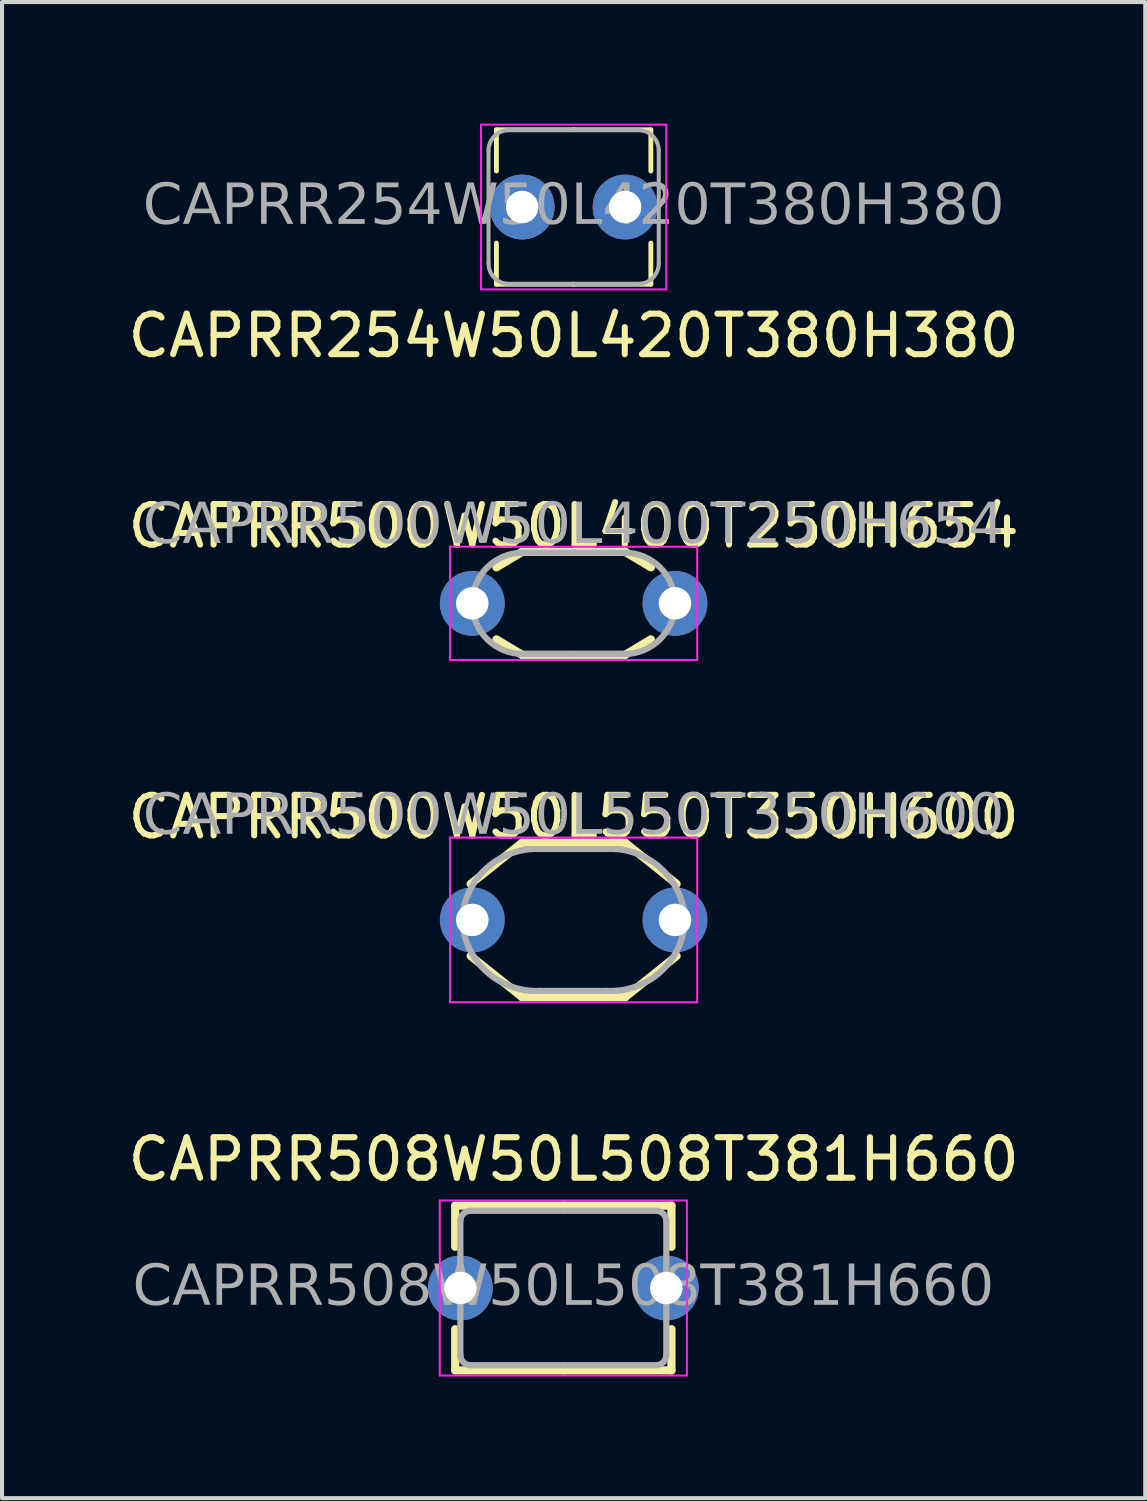
<source format=kicad_pcb>
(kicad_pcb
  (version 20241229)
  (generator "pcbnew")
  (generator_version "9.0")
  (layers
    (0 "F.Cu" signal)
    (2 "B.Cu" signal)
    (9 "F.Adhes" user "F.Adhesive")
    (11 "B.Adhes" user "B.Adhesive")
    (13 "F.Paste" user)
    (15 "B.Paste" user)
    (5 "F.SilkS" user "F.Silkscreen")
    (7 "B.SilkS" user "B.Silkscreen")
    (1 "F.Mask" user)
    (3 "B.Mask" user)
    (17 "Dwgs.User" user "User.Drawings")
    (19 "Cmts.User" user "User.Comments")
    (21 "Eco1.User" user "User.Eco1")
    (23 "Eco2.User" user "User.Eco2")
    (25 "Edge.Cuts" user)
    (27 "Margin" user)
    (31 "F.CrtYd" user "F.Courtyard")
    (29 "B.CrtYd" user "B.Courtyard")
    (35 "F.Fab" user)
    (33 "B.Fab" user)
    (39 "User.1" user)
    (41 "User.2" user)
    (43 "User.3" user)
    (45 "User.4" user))
  (footprint "CAPRR508W50L508T381H660"
    (layer "F.Cu")
    (at 10.847 28.724)
    (property "Reference" "CAPRR508W50L508T381H660" (at 0.254 -3.175 0) (layer "F.SilkS") (effects (font (size 1 1) (thickness 0.15))))
    (attr through_hole)
    (fp_line (start -2.667 -2.032) (end -2.667 -1.016) (stroke (width 0.203) (type default)) (layer "F.SilkS"))
    (fp_line (start -2.667 -2.032) (end 0 -2.032) (stroke (width 0.203) (type solid)) (layer "F.SilkS"))
    (fp_line (start -2.667 2.032) (end -2.667 1.016) (stroke (width 0.203) (type default)) (layer "F.SilkS"))
    (fp_line (start -2.667 2.032) (end 0 2.032) (stroke (width 0.203) (type solid)) (layer "F.SilkS"))
    (fp_line (start 2.667 -2.032) (end 0 -2.032) (stroke (width 0.203) (type solid)) (layer "F.SilkS"))
    (fp_line (start 2.667 -2.032) (end 2.667 -1.016) (stroke (width 0.203) (type default)) (layer "F.SilkS"))
    (fp_line (start 2.667 2.032) (end 0 2.032) (stroke (width 0.203) (type solid)) (layer "F.SilkS"))
    (fp_line (start 2.667 2.032) (end 2.667 1.016) (stroke (width 0.203) (type default)) (layer "F.SilkS"))
    (fp_line (start -3.048 -2.159) (end -3.048 2.159) (stroke (width 0.05) (type solid)) (layer "F.CrtYd"))
    (fp_line (start -3.048 2.159) (end 3.048 2.159) (stroke (width 0.05) (type solid)) (layer "F.CrtYd"))
    (fp_line (start 3.048 -2.159) (end -3.048 -2.159) (stroke (width 0.05) (type solid)) (layer "F.CrtYd"))
    (fp_line (start 3.048 2.159) (end 3.048 -2.159) (stroke (width 0.05) (type solid)) (layer "F.CrtYd"))
    (fp_line (start -2.54 -1.651) (end -2.54 0) (stroke (width 0.152) (type solid)) (layer "F.Fab"))
    (fp_line (start -2.54 1.651) (end -2.54 0) (stroke (width 0.152) (type solid)) (layer "F.Fab"))
    (fp_line (start 0 -1.905) (end -2.286 -1.905) (stroke (width 0.152) (type solid)) (layer "F.Fab"))
    (fp_line (start 0 -1.905) (end 2.286 -1.905) (stroke (width 0.152) (type solid)) (layer "F.Fab"))
    (fp_line (start 0 1.905) (end -2.286 1.905) (stroke (width 0.152) (type solid)) (layer "F.Fab"))
    (fp_line (start 0 1.905) (end 2.286 1.905) (stroke (width 0.152) (type solid)) (layer "F.Fab"))
    (fp_line (start 2.54 -1.651) (end 2.54 0) (stroke (width 0.152) (type solid)) (layer "F.Fab"))
    (fp_line (start 2.54 1.651) (end 2.54 0) (stroke (width 0.152) (type solid)) (layer "F.Fab"))
    (fp_arc (start -2.54 -1.651) (mid -2.465605 -1.830605) (end -2.286 -1.905) (stroke (width 0.1524) (type default)) (layer "F.Fab"))
    (fp_arc (start -2.286 1.905) (mid -2.465605 1.830605) (end -2.54 1.651) (stroke (width 0.1524) (type default)) (layer "F.Fab"))
    (fp_arc (start 2.286 -1.905) (mid 2.465605 -1.830605) (end 2.54 -1.651) (stroke (width 0.1524) (type default)) (layer "F.Fab"))
    (fp_arc (start 2.54 1.651) (mid 2.465605 1.830605) (end 2.286 1.905) (stroke (width 0.1524) (type default)) (layer "F.Fab"))
    (fp_text user "${REFERENCE}" (at 0 0 0) (layer "F.Fab") (effects (font (face "Tahoma") (size 1 1) (thickness 0.15))))
    (pad "1" thru_hole circle (at -2.54 0) (size 1.6 1.6) (drill 0.8) (layers "*.Cu" "*.Mask"))
    (pad "2" thru_hole circle (at 2.54 0) (size 1.6 1.6) (drill 0.8) (layers "*.Cu" "*.Mask")))
  (footprint "CAPRR254W50L420T380H380"
    (layer "F.Cu")
    (at 11.101 2.057)
    (property "Reference" "CAPRR254W50L420T380H380" (at 0 3.175 0) (layer "F.SilkS") (effects (font (size 1 1) (thickness 0.15))))
    (attr through_hole)
    (fp_line (start -1.905 -1.905) (end 0 -1.905) (stroke (width 0.12) (type solid)) (layer "F.SilkS"))
    (fp_line (start -1.905 -0.889) (end -1.905 -1.905) (stroke (width 0.12) (type solid)) (layer "F.SilkS"))
    (fp_line (start -1.905 0.889) (end -1.905 1.905) (stroke (width 0.12) (type solid)) (layer "F.SilkS"))
    (fp_line (start -1.905 1.905) (end 0 1.905) (stroke (width 0.12) (type solid)) (layer "F.SilkS"))
    (fp_line (start 1.905 -1.905) (end 0 -1.905) (stroke (width 0.12) (type solid)) (layer "F.SilkS"))
    (fp_line (start 1.905 -0.889) (end 1.905 -1.905) (stroke (width 0.12) (type solid)) (layer "F.SilkS"))
    (fp_line (start 1.905 0.889) (end 1.905 1.905) (stroke (width 0.12) (type solid)) (layer "F.SilkS"))
    (fp_line (start 1.905 1.905) (end 0 1.905) (stroke (width 0.12) (type solid)) (layer "F.SilkS"))
    (fp_line (start -2.286 -2.032) (end -2.286 2.032) (stroke (width 0.05) (type solid)) (layer "F.CrtYd"))
    (fp_line (start -2.286 2.032) (end 2.286 2.032) (stroke (width 0.05) (type solid)) (layer "F.CrtYd"))
    (fp_line (start 2.286 -2.032) (end -2.286 -2.032) (stroke (width 0.05) (type solid)) (layer "F.CrtYd"))
    (fp_line (start 2.286 2.032) (end 2.286 -2.032) (stroke (width 0.05) (type solid)) (layer "F.CrtYd"))
    (fp_line (start -2.1 -1.392) (end -2.1 0) (stroke (width 0.1) (type solid)) (layer "F.Fab"))
    (fp_line (start -2.1 1.392) (end -2.1 0) (stroke (width 0.1) (type solid)) (layer "F.Fab"))
    (fp_line (start 0 -1.9) (end -1.592 -1.9) (stroke (width 0.1) (type solid)) (layer "F.Fab"))
    (fp_line (start 0 -1.9) (end 1.592 -1.9) (stroke (width 0.1) (type solid)) (layer "F.Fab"))
    (fp_line (start 0 1.9) (end -1.592 1.9) (stroke (width 0.1) (type solid)) (layer "F.Fab"))
    (fp_line (start 0 1.9) (end 1.592 1.9) (stroke (width 0.1) (type solid)) (layer "F.Fab"))
    (fp_line (start 2.1 -1.392) (end 2.1 0) (stroke (width 0.1) (type solid)) (layer "F.Fab"))
    (fp_line (start 2.1 1.392) (end 2.1 0) (stroke (width 0.1) (type solid)) (layer "F.Fab"))
    (fp_arc (start -2.1 -1.392) (mid -1.950575 -1.750561) (end -1.592019 -1.9) (stroke (width 0.1) (type default)) (layer "F.Fab"))
    (fp_arc (start -1.592019 1.9) (mid -1.950575 1.750561) (end -2.1 1.392) (stroke (width 0.1) (type default)) (layer "F.Fab"))
    (fp_arc (start 1.592019 -1.9) (mid 1.950575 -1.750561) (end 2.1 -1.392) (stroke (width 0.1) (type default)) (layer "F.Fab"))
    (fp_arc (start 2.1 1.392) (mid 1.950575 1.750561) (end 1.592019 1.9) (stroke (width 0.1) (type default)) (layer "F.Fab"))
    (fp_text user "${REFERENCE}" (at 0 0 0) (layer "F.Fab") (effects (font (face "Tahoma") (size 1 1) (thickness 0.15))))
    (pad "1" thru_hole circle (at -1.27 0) (size 1.6 1.6) (drill 0.8) (layers "*.Cu" "*.Mask"))
    (pad "2" thru_hole circle (at 1.27 0) (size 1.6 1.6) (drill 0.8) (layers "*.Cu" "*.Mask")))
  (footprint "CAPRR500W50L400T250H654"
    (layer "F.Cu")
    (at 11.101 11.834)
    (property "Reference" "CAPRR500W50L400T250H654" (at 0 -1.905 0) (layer "F.SilkS") (effects (font (size 1 1) (thickness 0.15))))
    (attr through_hole)
    (fp_line (start -1.27 -1.27) (end -1.905 -0.889) (stroke (width 0.203) (type default)) (layer "F.SilkS"))
    (fp_line (start -1.27 -1.27) (end 1.27 -1.27) (stroke (width 0.203) (type solid)) (layer "F.SilkS"))
    (fp_line (start -1.27 1.27) (end -1.905 0.889) (stroke (width 0.203) (type default)) (layer "F.SilkS"))
    (fp_line (start -1.27 1.27) (end 1.27 1.27) (stroke (width 0.203) (type solid)) (layer "F.SilkS"))
    (fp_line (start 1.27 -1.27) (end 1.905 -0.889) (stroke (width 0.203) (type default)) (layer "F.SilkS"))
    (fp_line (start 1.27 1.27) (end 1.905 0.889) (stroke (width 0.203) (type default)) (layer "F.SilkS"))
    (fp_line (start -3.048 -1.397) (end -3.048 1.397) (stroke (width 0.05) (type solid)) (layer "F.CrtYd"))
    (fp_line (start -3.048 1.397) (end 3.048 1.397) (stroke (width 0.05) (type solid)) (layer "F.CrtYd"))
    (fp_line (start 3.048 -1.397) (end -3.048 -1.397) (stroke (width 0.05) (type solid)) (layer "F.CrtYd"))
    (fp_line (start 3.048 1.397) (end 3.048 -1.397) (stroke (width 0.05) (type solid)) (layer "F.CrtYd"))
    (fp_line (start -1.27 1.25) (end 0 1.25) (stroke (width 0.152) (type solid)) (layer "F.Fab"))
    (fp_line (start 0 -1.25) (end -1.25 -1.25) (stroke (width 0.152) (type solid)) (layer "F.Fab"))
    (fp_line (start 0 1.25) (end 1.25 1.25) (stroke (width 0.152) (type solid)) (layer "F.Fab"))
    (fp_line (start 1.27 -1.25) (end 0 -1.25) (stroke (width 0.152) (type solid)) (layer "F.Fab"))
    (fp_arc (start -2.5 0) (mid -2.133884 -0.883884) (end -1.25 -1.25) (stroke (width 0.1524) (type default)) (layer "F.Fab"))
    (fp_arc (start -1.25 1.25) (mid -2.133884 0.883884) (end -2.5 0) (stroke (width 0.1524) (type default)) (layer "F.Fab"))
    (fp_arc (start 1.25 -1.25) (mid 2.133884 -0.883884) (end 2.5 0) (stroke (width 0.1524) (type default)) (layer "F.Fab"))
    (fp_arc (start 2.5 0) (mid 2.133884 0.883884) (end 1.25 1.25) (stroke (width 0.1524) (type default)) (layer "F.Fab"))
    (fp_text user "${REFERENCE}" (at 0 -1.905 0) (layer "F.Fab") (effects (font (face "Tahoma") (size 1 1) (thickness 0.09))))
    (pad "1" thru_hole circle (at -2.5 0) (size 1.6 1.6) (drill 0.8) (layers "*.Cu" "*.Mask"))
    (pad "2" thru_hole circle (at 2.5 0) (size 1.6 1.6) (drill 0.8) (layers "*.Cu" "*.Mask")))
  (footprint "CAPRR500W50L550T350H600"
    (layer "F.Cu")
    (at 11.101 19.644)
    (property "Reference" "CAPRR500W50L550T350H600" (at 0 -2.54 0) (layer "F.SilkS") (effects (font (size 1 1) (thickness 0.15))))
    (attr through_hole)
    (fp_line (start -1.27 -1.905) (end -2.54 -0.889) (stroke (width 0.203) (type default)) (layer "F.SilkS"))
    (fp_line (start -1.27 -1.905) (end 1.27 -1.905) (stroke (width 0.203) (type solid)) (layer "F.SilkS"))
    (fp_line (start -1.27 1.905) (end -2.54 0.889) (stroke (width 0.203) (type default)) (layer "F.SilkS"))
    (fp_line (start -1.27 1.905) (end 1.27 1.905) (stroke (width 0.203) (type solid)) (layer "F.SilkS"))
    (fp_line (start 1.27 -1.905) (end 2.54 -0.889) (stroke (width 0.203) (type default)) (layer "F.SilkS"))
    (fp_line (start 1.27 1.905) (end 2.54 0.889) (stroke (width 0.203) (type default)) (layer "F.SilkS"))
    (fp_line (start -3.048 -2.032) (end -3.048 2.032) (stroke (width 0.05) (type solid)) (layer "F.CrtYd"))
    (fp_line (start -3.048 2.032) (end 3.048 2.032) (stroke (width 0.05) (type solid)) (layer "F.CrtYd"))
    (fp_line (start 3.048 -2.032) (end -3.048 -2.032) (stroke (width 0.05) (type solid)) (layer "F.CrtYd"))
    (fp_line (start 3.048 2.032) (end 3.048 -2.032) (stroke (width 0.05) (type solid)) (layer "F.CrtYd"))
    (fp_line (start 0 -1.75) (end -0.825 -1.75) (stroke (width 0.152) (type solid)) (layer "F.Fab"))
    (fp_line (start 0 -1.75) (end 0.825 -1.75) (stroke (width 0.152) (type solid)) (layer "F.Fab"))
    (fp_line (start 0 1.75) (end -0.825 1.75) (stroke (width 0.152) (type solid)) (layer "F.Fab"))
    (fp_line (start 0 1.75) (end 0.825 1.75) (stroke (width 0.152) (type solid)) (layer "F.Fab"))
    (fp_arc (start -2.75 0) (mid -2.149938 -1.273682) (end -0.825 -1.75) (stroke (width 0.1524) (type default)) (layer "F.Fab"))
    (fp_arc (start -0.825 1.75) (mid -2.149938 1.273682) (end -2.75 0) (stroke (width 0.1524) (type default)) (layer "F.Fab"))
    (fp_arc (start 0.825 -1.75) (mid 2.149938 -1.273682) (end 2.75 0) (stroke (width 0.1524) (type default)) (layer "F.Fab"))
    (fp_arc (start 2.75 0) (mid 2.149938 1.273682) (end 0.825 1.75) (stroke (width 0.1524) (type default)) (layer "F.Fab"))
    (fp_text user "${REFERENCE}" (at 0 -2.54 0) (layer "F.Fab") (effects (font (face "Tahoma") (size 1 1) (thickness 0.09))))
    (pad "1" thru_hole circle (at -2.5 0) (size 1.6 1.6) (drill 0.8) (layers "*.Cu" "*.Mask"))
    (pad "2" thru_hole circle (at 2.5 0) (size 1.6 1.6) (drill 0.8) (layers "*.Cu" "*.Mask")))
  (gr_rect
    (start -3 -3)
    (end 25.202 33.908)
    (stroke (width 0.1) (type default))
    (fill no)
    (layer "Edge.Cuts")))
</source>
